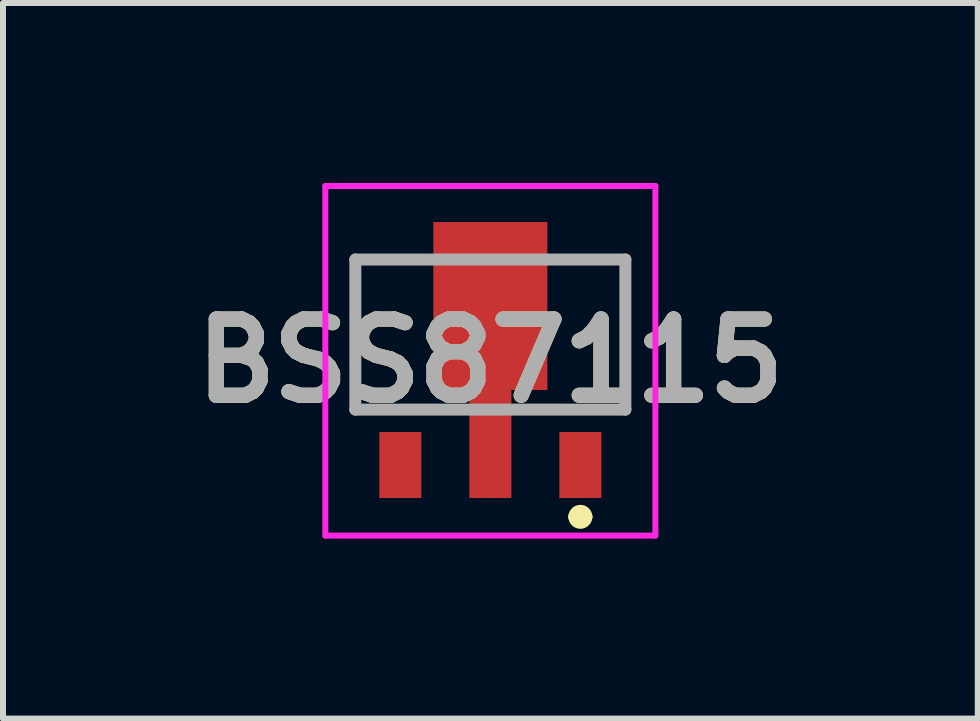
<source format=kicad_pcb>
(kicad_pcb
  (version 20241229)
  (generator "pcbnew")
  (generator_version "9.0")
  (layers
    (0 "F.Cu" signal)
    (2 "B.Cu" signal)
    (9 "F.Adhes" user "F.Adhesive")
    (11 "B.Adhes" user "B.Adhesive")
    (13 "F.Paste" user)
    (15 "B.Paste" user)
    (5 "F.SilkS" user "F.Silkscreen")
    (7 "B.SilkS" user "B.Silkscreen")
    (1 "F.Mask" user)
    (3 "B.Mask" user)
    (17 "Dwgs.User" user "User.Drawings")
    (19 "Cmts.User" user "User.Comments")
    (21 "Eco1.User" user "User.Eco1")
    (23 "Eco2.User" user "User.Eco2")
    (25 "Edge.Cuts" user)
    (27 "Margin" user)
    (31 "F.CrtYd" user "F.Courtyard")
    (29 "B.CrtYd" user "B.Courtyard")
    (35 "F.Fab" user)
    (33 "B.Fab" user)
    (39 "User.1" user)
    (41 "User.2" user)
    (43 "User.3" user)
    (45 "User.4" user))
  (footprint "BSS87115"
    (layer "F.Cu")
    (at 5.122 2.963)
    (property "Reference" "BSS87115" (at 0 0 0) (layer "F.SilkS") (effects (font (size 1.27 1.27) (thickness 0.254))))
    (attr smd)
    (fp_line (start -2.25 -1.688) (end -2.25 0.813) (stroke (width 0.1) (type solid)) (layer "F.SilkS"))
    (fp_line (start -1.5 -1.688) (end -2.25 -1.688) (stroke (width 0.1) (type solid)) (layer "F.SilkS"))
    (fp_line (start 1.4 2.6) (end 1.4 2.6) (stroke (width 0.2) (type solid)) (layer "F.SilkS"))
    (fp_line (start 1.5 -1.688) (end 2.25 -1.688) (stroke (width 0.1) (type solid)) (layer "F.SilkS"))
    (fp_line (start 1.6 2.6) (end 1.6 2.6) (stroke (width 0.2) (type solid)) (layer "F.SilkS"))
    (fp_line (start 2.25 -1.688) (end 2.25 0.813) (stroke (width 0.1) (type solid)) (layer "F.SilkS"))
    (fp_arc (start 1.4 2.6) (mid 1.5 2.5) (end 1.6 2.6) (stroke (width 0.2) (type solid)) (layer "F.SilkS"))
    (fp_arc (start 1.6 2.6) (mid 1.5 2.7) (end 1.4 2.6) (stroke (width 0.2) (type solid)) (layer "F.SilkS"))
    (fp_line (start -2.75 -2.913) (end -2.75 2.913) (stroke (width 0.1) (type solid)) (layer "F.CrtYd"))
    (fp_line (start -2.75 2.913) (end 2.75 2.913) (stroke (width 0.1) (type solid)) (layer "F.CrtYd"))
    (fp_line (start 2.75 -2.913) (end -2.75 -2.913) (stroke (width 0.1) (type solid)) (layer "F.CrtYd"))
    (fp_line (start 2.75 2.913) (end 2.75 -2.913) (stroke (width 0.1) (type solid)) (layer "F.CrtYd"))
    (fp_line (start -2.25 -1.688) (end -2.25 0.813) (stroke (width 0.2) (type solid)) (layer "F.Fab"))
    (fp_line (start -2.25 0.813) (end 2.25 0.813) (stroke (width 0.2) (type solid)) (layer "F.Fab"))
    (fp_line (start 2.25 -1.688) (end -2.25 -1.688) (stroke (width 0.2) (type solid)) (layer "F.Fab"))
    (fp_line (start 2.25 0.813) (end 2.25 -1.688) (stroke (width 0.2) (type solid)) (layer "F.Fab"))
    (fp_text user "${REFERENCE}" (at 0 0 0) (layer "F.Fab") (effects (font (size 1.27 1.27) (thickness 0.254))))
    (pad "1" smd rect (at 1.5 1.737) (size 0.7 1.1) (layers "F.Cu" "F.Mask" "F.Paste"))
    (pad "2" smd rect (at 0 1.387) (size 0.7 1.8) (layers "F.Cu" "F.Mask" "F.Paste"))
    (pad "3" smd rect (at -1.5 1.737) (size 0.7 1.1) (layers "F.Cu" "F.Mask" "F.Paste"))
    (pad "4" smd rect (at 0 -0.913) (size 1.9 2.8) (layers "F.Cu" "F.Mask" "F.Paste")))
  (gr_rect
    (start -3 -3)
    (end 13.245 8.926)
    (stroke (width 0.1) (type default))
    (fill no)
    (layer "Edge.Cuts")))
</source>
